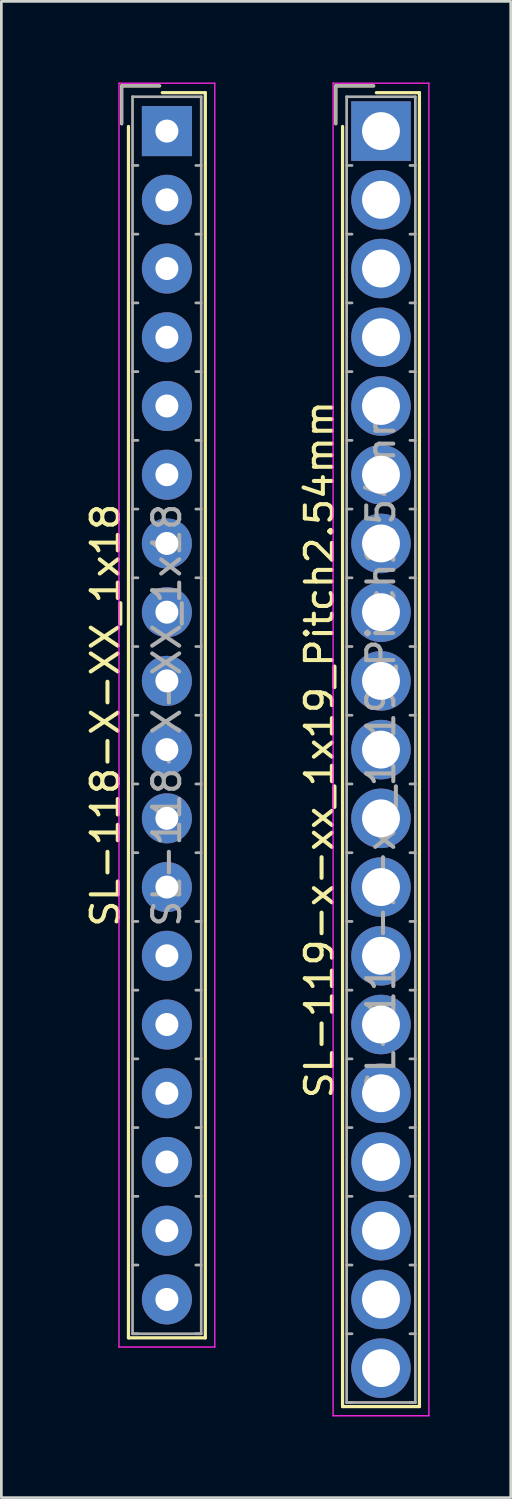
<source format=kicad_pcb>
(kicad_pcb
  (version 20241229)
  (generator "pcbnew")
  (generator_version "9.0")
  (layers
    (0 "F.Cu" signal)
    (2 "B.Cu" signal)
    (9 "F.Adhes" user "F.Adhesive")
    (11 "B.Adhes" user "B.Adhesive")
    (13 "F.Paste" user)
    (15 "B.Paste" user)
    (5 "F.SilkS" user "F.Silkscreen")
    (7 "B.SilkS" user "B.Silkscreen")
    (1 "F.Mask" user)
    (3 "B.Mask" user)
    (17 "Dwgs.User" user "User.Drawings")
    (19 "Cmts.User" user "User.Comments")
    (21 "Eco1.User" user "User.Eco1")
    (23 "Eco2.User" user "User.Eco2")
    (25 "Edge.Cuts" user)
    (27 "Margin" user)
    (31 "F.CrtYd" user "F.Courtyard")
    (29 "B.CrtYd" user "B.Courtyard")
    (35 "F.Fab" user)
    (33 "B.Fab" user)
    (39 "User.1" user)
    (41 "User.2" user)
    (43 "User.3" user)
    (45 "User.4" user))
  (footprint "SL-119-x-xx_1x19_Pitch2.54mm"
    (layer "F.Cu")
    (at 11.031 1.795)
    (property "Reference" "SL-119-x-xx_1x19_Pitch2.54mm" (at -2.27 22.86 90) (layer "F.SilkS") (effects (font (size 1 1) (thickness 0.15))))
    (attr through_hole)
    (fp_line (start -1.67 -1.67) (end -1.67 -0.27) (stroke (width 0.12) (type solid)) (layer "F.SilkS"))
    (fp_line (start -1.42 47.14) (end -1.42 -0.17) (stroke (width 0.12) (type solid)) (layer "F.SilkS"))
    (fp_line (start -0.27 -1.67) (end -1.67 -1.67) (stroke (width 0.12) (type solid)) (layer "F.SilkS"))
    (fp_line (start -0.17 -1.42) (end 1.42 -1.42) (stroke (width 0.12) (type solid)) (layer "F.SilkS"))
    (fp_line (start 1.42 -1.42) (end 1.42 47.14) (stroke (width 0.12) (type solid)) (layer "F.SilkS"))
    (fp_line (start 1.42 47.14) (end -1.42 47.14) (stroke (width 0.12) (type solid)) (layer "F.SilkS"))
    (fp_line (start -1.77 -1.77) (end -1.77 47.48) (stroke (width 0.05) (type solid)) (layer "F.CrtYd"))
    (fp_line (start -1.77 47.48) (end 1.77 47.48) (stroke (width 0.05) (type solid)) (layer "F.CrtYd"))
    (fp_line (start 1.77 -1.77) (end -1.77 -1.77) (stroke (width 0.05) (type solid)) (layer "F.CrtYd"))
    (fp_line (start 1.77 47.48) (end 1.77 -1.77) (stroke (width 0.05) (type solid)) (layer "F.CrtYd"))
    (fp_line (start -1.67 -1.67) (end -1.67 -0.27) (stroke (width 0.1) (type solid)) (layer "F.Fab"))
    (fp_line (start -1.27 -1.27) (end -1.27 46.99) (stroke (width 0.1) (type solid)) (layer "F.Fab"))
    (fp_line (start -1.27 1.27) (end -1.07 1.27) (stroke (width 0.1) (type solid)) (layer "F.Fab"))
    (fp_line (start -1.27 3.81) (end -1.07 3.81) (stroke (width 0.1) (type solid)) (layer "F.Fab"))
    (fp_line (start -1.27 6.35) (end -1.07 6.35) (stroke (width 0.1) (type solid)) (layer "F.Fab"))
    (fp_line (start -1.27 8.89) (end -1.07 8.89) (stroke (width 0.1) (type solid)) (layer "F.Fab"))
    (fp_line (start -1.27 11.43) (end -1.07 11.43) (stroke (width 0.1) (type solid)) (layer "F.Fab"))
    (fp_line (start -1.27 13.97) (end -1.07 13.97) (stroke (width 0.1) (type solid)) (layer "F.Fab"))
    (fp_line (start -1.27 16.51) (end -1.07 16.51) (stroke (width 0.1) (type solid)) (layer "F.Fab"))
    (fp_line (start -1.27 19.05) (end -1.07 19.05) (stroke (width 0.1) (type solid)) (layer "F.Fab"))
    (fp_line (start -1.27 21.59) (end -1.07 21.59) (stroke (width 0.1) (type solid)) (layer "F.Fab"))
    (fp_line (start -1.27 24.13) (end -1.07 24.13) (stroke (width 0.1) (type solid)) (layer "F.Fab"))
    (fp_line (start -1.27 26.67) (end -1.07 26.67) (stroke (width 0.1) (type solid)) (layer "F.Fab"))
    (fp_line (start -1.27 29.21) (end -1.07 29.21) (stroke (width 0.1) (type solid)) (layer "F.Fab"))
    (fp_line (start -1.27 31.75) (end -1.07 31.75) (stroke (width 0.1) (type solid)) (layer "F.Fab"))
    (fp_line (start -1.27 34.29) (end -1.07 34.29) (stroke (width 0.1) (type solid)) (layer "F.Fab"))
    (fp_line (start -1.27 36.83) (end -1.07 36.83) (stroke (width 0.1) (type solid)) (layer "F.Fab"))
    (fp_line (start -1.27 39.37) (end -1.07 39.37) (stroke (width 0.1) (type solid)) (layer "F.Fab"))
    (fp_line (start -1.27 41.91) (end -1.07 41.91) (stroke (width 0.1) (type solid)) (layer "F.Fab"))
    (fp_line (start -1.27 44.45) (end -1.07 44.45) (stroke (width 0.1) (type solid)) (layer "F.Fab"))
    (fp_line (start -1.27 46.99) (end -1.07 46.99) (stroke (width 0.1) (type solid)) (layer "F.Fab"))
    (fp_line (start -1.27 46.99) (end 1.27 46.99) (stroke (width 0.1) (type solid)) (layer "F.Fab"))
    (fp_line (start -0.27 -1.67) (end -1.67 -1.67) (stroke (width 0.1) (type solid)) (layer "F.Fab"))
    (fp_line (start 1.27 -1.27) (end -1.27 -1.27) (stroke (width 0.1) (type solid)) (layer "F.Fab"))
    (fp_line (start 1.27 1.27) (end 1.07 1.27) (stroke (width 0.1) (type solid)) (layer "F.Fab"))
    (fp_line (start 1.27 3.81) (end 1.07 3.81) (stroke (width 0.1) (type solid)) (layer "F.Fab"))
    (fp_line (start 1.27 6.35) (end 1.07 6.35) (stroke (width 0.1) (type solid)) (layer "F.Fab"))
    (fp_line (start 1.27 8.89) (end 1.07 8.89) (stroke (width 0.1) (type solid)) (layer "F.Fab"))
    (fp_line (start 1.27 11.43) (end 1.07 11.43) (stroke (width 0.1) (type solid)) (layer "F.Fab"))
    (fp_line (start 1.27 13.97) (end 1.07 13.97) (stroke (width 0.1) (type solid)) (layer "F.Fab"))
    (fp_line (start 1.27 16.51) (end 1.07 16.51) (stroke (width 0.1) (type solid)) (layer "F.Fab"))
    (fp_line (start 1.27 19.05) (end 1.07 19.05) (stroke (width 0.1) (type solid)) (layer "F.Fab"))
    (fp_line (start 1.27 21.59) (end 1.07 21.59) (stroke (width 0.1) (type solid)) (layer "F.Fab"))
    (fp_line (start 1.27 24.13) (end 1.07 24.13) (stroke (width 0.1) (type solid)) (layer "F.Fab"))
    (fp_line (start 1.27 26.67) (end 1.07 26.67) (stroke (width 0.1) (type solid)) (layer "F.Fab"))
    (fp_line (start 1.27 29.21) (end 1.07 29.21) (stroke (width 0.1) (type solid)) (layer "F.Fab"))
    (fp_line (start 1.27 31.75) (end 1.07 31.75) (stroke (width 0.1) (type solid)) (layer "F.Fab"))
    (fp_line (start 1.27 34.29) (end 1.07 34.29) (stroke (width 0.1) (type solid)) (layer "F.Fab"))
    (fp_line (start 1.27 36.83) (end 1.07 36.83) (stroke (width 0.1) (type solid)) (layer "F.Fab"))
    (fp_line (start 1.27 39.37) (end 1.07 39.37) (stroke (width 0.1) (type solid)) (layer "F.Fab"))
    (fp_line (start 1.27 41.91) (end 1.07 41.91) (stroke (width 0.1) (type solid)) (layer "F.Fab"))
    (fp_line (start 1.27 44.45) (end 1.07 44.45) (stroke (width 0.1) (type solid)) (layer "F.Fab"))
    (fp_line (start 1.27 46.99) (end 1.07 46.99) (stroke (width 0.1) (type solid)) (layer "F.Fab"))
    (fp_line (start 1.27 46.99) (end 1.27 -1.27) (stroke (width 0.1) (type solid)) (layer "F.Fab"))
    (fp_text user "${REFERENCE}" (at 0 22.86 90) (layer "F.Fab") (effects (font (size 1 1) (thickness 0.15))))
    (pad "1" thru_hole rect (at 0 0) (size 2.2 2.2) (drill 1.4) (layers "*.Cu" "*.Mask"))
    (pad "2" thru_hole circle (at 0 2.54) (size 2.2 2.2) (drill 1.4) (layers "*.Cu" "*.Mask"))
    (pad "3" thru_hole circle (at 0 5.08) (size 2.2 2.2) (drill 1.4) (layers "*.Cu" "*.Mask"))
    (pad "4" thru_hole circle (at 0 7.62) (size 2.2 2.2) (drill 1.4) (layers "*.Cu" "*.Mask"))
    (pad "5" thru_hole circle (at 0 10.16) (size 2.2 2.2) (drill 1.4) (layers "*.Cu" "*.Mask"))
    (pad "6" thru_hole circle (at 0 12.7) (size 2.2 2.2) (drill 1.4) (layers "*.Cu" "*.Mask"))
    (pad "7" thru_hole circle (at 0 15.24) (size 2.2 2.2) (drill 1.4) (layers "*.Cu" "*.Mask"))
    (pad "8" thru_hole circle (at 0 17.78) (size 2.2 2.2) (drill 1.4) (layers "*.Cu" "*.Mask"))
    (pad "9" thru_hole circle (at 0 20.32) (size 2.2 2.2) (drill 1.4) (layers "*.Cu" "*.Mask"))
    (pad "10" thru_hole circle (at 0 22.86) (size 2.2 2.2) (drill 1.4) (layers "*.Cu" "*.Mask"))
    (pad "11" thru_hole circle (at 0 25.4) (size 2.2 2.2) (drill 1.4) (layers "*.Cu" "*.Mask"))
    (pad "12" thru_hole circle (at 0 27.94) (size 2.2 2.2) (drill 1.4) (layers "*.Cu" "*.Mask"))
    (pad "13" thru_hole circle (at 0 30.48) (size 2.2 2.2) (drill 1.4) (layers "*.Cu" "*.Mask"))
    (pad "14" thru_hole circle (at 0 33.02) (size 2.2 2.2) (drill 1.4) (layers "*.Cu" "*.Mask"))
    (pad "15" thru_hole circle (at 0 35.56) (size 2.2 2.2) (drill 1.4) (layers "*.Cu" "*.Mask"))
    (pad "16" thru_hole circle (at 0 38.1) (size 2.2 2.2) (drill 1.4) (layers "*.Cu" "*.Mask"))
    (pad "17" thru_hole circle (at 0 40.64) (size 2.2 2.2) (drill 1.4) (layers "*.Cu" "*.Mask"))
    (pad "18" thru_hole circle (at 0 43.18) (size 2.2 2.2) (drill 1.4) (layers "*.Cu" "*.Mask"))
    (pad "19" thru_hole circle (at 0 45.72) (size 2.2 2.2) (drill 1.4) (layers "*.Cu" "*.Mask")))
  (footprint "SL-118-X-XX_1x18"
    (layer "F.Cu")
    (at 3.118 1.795)
    (property "Reference" "SL-118-X-XX_1x18" (at -2.27 21.59 90) (layer "F.SilkS") (effects (font (size 1 1) (thickness 0.15))))
    (attr through_hole)
    (fp_line (start -1.67 -1.67) (end -1.67 -0.27) (stroke (width 0.12) (type solid)) (layer "F.SilkS"))
    (fp_line (start -1.42 44.6) (end -1.42 -0.17) (stroke (width 0.12) (type solid)) (layer "F.SilkS"))
    (fp_line (start -0.27 -1.67) (end -1.67 -1.67) (stroke (width 0.12) (type solid)) (layer "F.SilkS"))
    (fp_line (start -0.17 -1.42) (end 1.42 -1.42) (stroke (width 0.12) (type solid)) (layer "F.SilkS"))
    (fp_line (start 1.42 -1.42) (end 1.42 44.6) (stroke (width 0.12) (type solid)) (layer "F.SilkS"))
    (fp_line (start 1.42 44.6) (end -1.42 44.6) (stroke (width 0.12) (type solid)) (layer "F.SilkS"))
    (fp_line (start -1.77 -1.77) (end -1.77 44.94) (stroke (width 0.05) (type solid)) (layer "F.CrtYd"))
    (fp_line (start -1.77 44.94) (end 1.77 44.94) (stroke (width 0.05) (type solid)) (layer "F.CrtYd"))
    (fp_line (start 1.77 -1.77) (end -1.77 -1.77) (stroke (width 0.05) (type solid)) (layer "F.CrtYd"))
    (fp_line (start 1.77 44.94) (end 1.77 -1.77) (stroke (width 0.05) (type solid)) (layer "F.CrtYd"))
    (fp_line (start -1.67 -1.67) (end -1.67 -0.27) (stroke (width 0.1) (type solid)) (layer "F.Fab"))
    (fp_line (start -1.27 -1.27) (end -1.27 44.45) (stroke (width 0.1) (type solid)) (layer "F.Fab"))
    (fp_line (start -1.27 1.27) (end -1.07 1.27) (stroke (width 0.1) (type solid)) (layer "F.Fab"))
    (fp_line (start -1.27 3.81) (end -1.07 3.81) (stroke (width 0.1) (type solid)) (layer "F.Fab"))
    (fp_line (start -1.27 6.35) (end -1.07 6.35) (stroke (width 0.1) (type solid)) (layer "F.Fab"))
    (fp_line (start -1.27 8.89) (end -1.07 8.89) (stroke (width 0.1) (type solid)) (layer "F.Fab"))
    (fp_line (start -1.27 11.43) (end -1.07 11.43) (stroke (width 0.1) (type solid)) (layer "F.Fab"))
    (fp_line (start -1.27 13.97) (end -1.07 13.97) (stroke (width 0.1) (type solid)) (layer "F.Fab"))
    (fp_line (start -1.27 16.51) (end -1.07 16.51) (stroke (width 0.1) (type solid)) (layer "F.Fab"))
    (fp_line (start -1.27 19.05) (end -1.07 19.05) (stroke (width 0.1) (type solid)) (layer "F.Fab"))
    (fp_line (start -1.27 21.59) (end -1.07 21.59) (stroke (width 0.1) (type solid)) (layer "F.Fab"))
    (fp_line (start -1.27 24.13) (end -1.07 24.13) (stroke (width 0.1) (type solid)) (layer "F.Fab"))
    (fp_line (start -1.27 26.67) (end -1.07 26.67) (stroke (width 0.1) (type solid)) (layer "F.Fab"))
    (fp_line (start -1.27 29.21) (end -1.07 29.21) (stroke (width 0.1) (type solid)) (layer "F.Fab"))
    (fp_line (start -1.27 31.75) (end -1.07 31.75) (stroke (width 0.1) (type solid)) (layer "F.Fab"))
    (fp_line (start -1.27 34.29) (end -1.07 34.29) (stroke (width 0.1) (type solid)) (layer "F.Fab"))
    (fp_line (start -1.27 36.83) (end -1.07 36.83) (stroke (width 0.1) (type solid)) (layer "F.Fab"))
    (fp_line (start -1.27 39.37) (end -1.07 39.37) (stroke (width 0.1) (type solid)) (layer "F.Fab"))
    (fp_line (start -1.27 41.91) (end -1.07 41.91) (stroke (width 0.1) (type solid)) (layer "F.Fab"))
    (fp_line (start -1.27 44.45) (end -1.07 44.45) (stroke (width 0.1) (type solid)) (layer "F.Fab"))
    (fp_line (start -1.27 44.45) (end 1.27 44.45) (stroke (width 0.1) (type solid)) (layer "F.Fab"))
    (fp_line (start -0.27 -1.67) (end -1.67 -1.67) (stroke (width 0.1) (type solid)) (layer "F.Fab"))
    (fp_line (start 1.27 -1.27) (end -1.27 -1.27) (stroke (width 0.1) (type solid)) (layer "F.Fab"))
    (fp_line (start 1.27 1.27) (end 1.07 1.27) (stroke (width 0.1) (type solid)) (layer "F.Fab"))
    (fp_line (start 1.27 3.81) (end 1.07 3.81) (stroke (width 0.1) (type solid)) (layer "F.Fab"))
    (fp_line (start 1.27 6.35) (end 1.07 6.35) (stroke (width 0.1) (type solid)) (layer "F.Fab"))
    (fp_line (start 1.27 8.89) (end 1.07 8.89) (stroke (width 0.1) (type solid)) (layer "F.Fab"))
    (fp_line (start 1.27 11.43) (end 1.07 11.43) (stroke (width 0.1) (type solid)) (layer "F.Fab"))
    (fp_line (start 1.27 13.97) (end 1.07 13.97) (stroke (width 0.1) (type solid)) (layer "F.Fab"))
    (fp_line (start 1.27 16.51) (end 1.07 16.51) (stroke (width 0.1) (type solid)) (layer "F.Fab"))
    (fp_line (start 1.27 19.05) (end 1.07 19.05) (stroke (width 0.1) (type solid)) (layer "F.Fab"))
    (fp_line (start 1.27 21.59) (end 1.07 21.59) (stroke (width 0.1) (type solid)) (layer "F.Fab"))
    (fp_line (start 1.27 24.13) (end 1.07 24.13) (stroke (width 0.1) (type solid)) (layer "F.Fab"))
    (fp_line (start 1.27 26.67) (end 1.07 26.67) (stroke (width 0.1) (type solid)) (layer "F.Fab"))
    (fp_line (start 1.27 29.21) (end 1.07 29.21) (stroke (width 0.1) (type solid)) (layer "F.Fab"))
    (fp_line (start 1.27 31.75) (end 1.07 31.75) (stroke (width 0.1) (type solid)) (layer "F.Fab"))
    (fp_line (start 1.27 34.29) (end 1.07 34.29) (stroke (width 0.1) (type solid)) (layer "F.Fab"))
    (fp_line (start 1.27 36.83) (end 1.07 36.83) (stroke (width 0.1) (type solid)) (layer "F.Fab"))
    (fp_line (start 1.27 39.37) (end 1.07 39.37) (stroke (width 0.1) (type solid)) (layer "F.Fab"))
    (fp_line (start 1.27 41.91) (end 1.07 41.91) (stroke (width 0.1) (type solid)) (layer "F.Fab"))
    (fp_line (start 1.27 44.45) (end 1.07 44.45) (stroke (width 0.1) (type solid)) (layer "F.Fab"))
    (fp_line (start 1.27 44.45) (end 1.27 -1.27) (stroke (width 0.1) (type solid)) (layer "F.Fab"))
    (fp_text user "${REFERENCE}" (at 0 21.59 90) (layer "F.Fab") (effects (font (size 1 1) (thickness 0.15))))
    (pad "1" thru_hole rect (at 0 0) (size 1.85 1.85) (drill 0.85) (layers "*.Cu" "*.Mask"))
    (pad "2" thru_hole circle (at 0 2.54) (size 1.85 1.85) (drill 0.85) (layers "*.Cu" "*.Mask"))
    (pad "3" thru_hole circle (at 0 5.08) (size 1.85 1.85) (drill 0.85) (layers "*.Cu" "*.Mask"))
    (pad "4" thru_hole circle (at 0 7.62) (size 1.85 1.85) (drill 0.85) (layers "*.Cu" "*.Mask"))
    (pad "5" thru_hole circle (at 0 10.16) (size 1.85 1.85) (drill 0.85) (layers "*.Cu" "*.Mask"))
    (pad "6" thru_hole circle (at 0 12.7) (size 1.85 1.85) (drill 0.85) (layers "*.Cu" "*.Mask"))
    (pad "7" thru_hole circle (at 0 15.24) (size 1.85 1.85) (drill 0.85) (layers "*.Cu" "*.Mask"))
    (pad "8" thru_hole circle (at 0 17.78) (size 1.85 1.85) (drill 0.85) (layers "*.Cu" "*.Mask"))
    (pad "9" thru_hole circle (at 0 20.32) (size 1.85 1.85) (drill 0.85) (layers "*.Cu" "*.Mask"))
    (pad "10" thru_hole circle (at 0 22.86) (size 1.85 1.85) (drill 0.85) (layers "*.Cu" "*.Mask"))
    (pad "11" thru_hole circle (at 0 25.4) (size 1.85 1.85) (drill 0.85) (layers "*.Cu" "*.Mask"))
    (pad "12" thru_hole circle (at 0 27.94) (size 1.85 1.85) (drill 0.85) (layers "*.Cu" "*.Mask"))
    (pad "13" thru_hole circle (at 0 30.48) (size 1.85 1.85) (drill 0.85) (layers "*.Cu" "*.Mask"))
    (pad "14" thru_hole circle (at 0 33.02) (size 1.85 1.85) (drill 0.85) (layers "*.Cu" "*.Mask"))
    (pad "15" thru_hole circle (at 0 35.56) (size 1.85 1.85) (drill 0.85) (layers "*.Cu" "*.Mask"))
    (pad "16" thru_hole circle (at 0 38.1) (size 1.85 1.85) (drill 0.85) (layers "*.Cu" "*.Mask"))
    (pad "17" thru_hole circle (at 0 40.64) (size 1.85 1.85) (drill 0.85) (layers "*.Cu" "*.Mask"))
    (pad "18" thru_hole circle (at 0 43.18) (size 1.85 1.85) (drill 0.85) (layers "*.Cu" "*.Mask")))
  (gr_rect
    (start -3 -3)
    (end 15.826 52.3)
    (stroke (width 0.1) (type default))
    (fill no)
    (layer "Edge.Cuts")))
</source>
